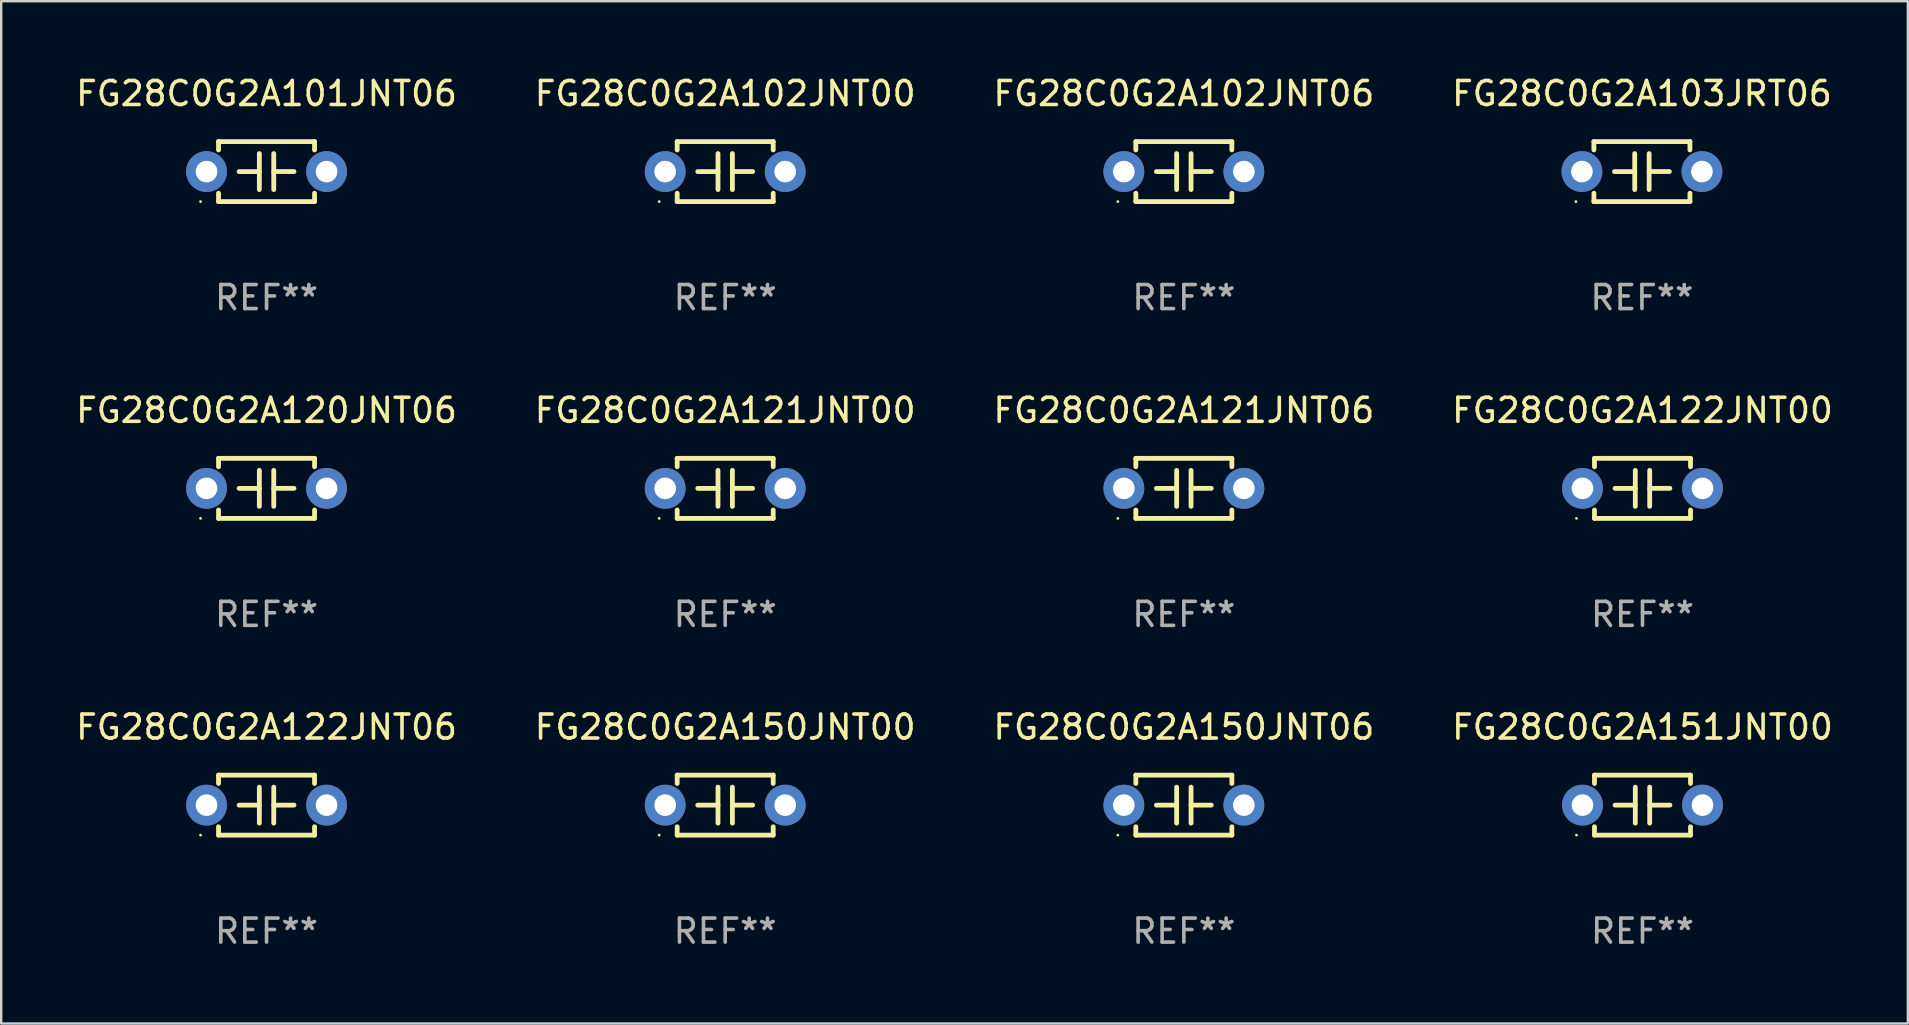
<source format=kicad_pcb>
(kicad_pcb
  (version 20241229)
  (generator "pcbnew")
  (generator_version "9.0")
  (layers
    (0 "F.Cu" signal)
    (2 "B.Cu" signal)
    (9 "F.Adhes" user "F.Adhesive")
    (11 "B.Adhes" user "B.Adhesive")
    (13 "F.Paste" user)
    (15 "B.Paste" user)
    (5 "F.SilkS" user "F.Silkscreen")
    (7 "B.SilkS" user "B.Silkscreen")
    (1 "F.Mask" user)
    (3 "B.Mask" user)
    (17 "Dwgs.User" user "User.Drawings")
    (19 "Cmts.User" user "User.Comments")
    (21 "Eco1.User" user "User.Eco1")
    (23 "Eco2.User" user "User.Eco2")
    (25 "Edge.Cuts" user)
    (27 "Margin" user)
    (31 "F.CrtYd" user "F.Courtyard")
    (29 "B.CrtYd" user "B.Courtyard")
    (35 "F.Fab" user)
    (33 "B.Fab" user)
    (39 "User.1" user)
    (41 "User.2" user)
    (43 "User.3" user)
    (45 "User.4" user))
  (footprint "FG28C0G2A101JNT06"
    (layer "F.Cu")
    (at 8.054 4.098)
    (property "Reference" "FG28C0G2A101JNT06" (at 0 -3.25 0) (layer "F.SilkS") (effects (font (size 1 1) (thickness 0.15))))
    (attr through_hole)
    (fp_line (start -2 -1.25) (end -2 -0.901) (stroke (width 0.2) (type solid)) (layer "F.SilkS"))
    (fp_line (start -2 -1.25) (end 2 -1.25) (stroke (width 0.2) (type solid)) (layer "F.SilkS"))
    (fp_line (start -2 0.901) (end -2 1.25) (stroke (width 0.2) (type solid)) (layer "F.SilkS"))
    (fp_line (start -0.3 -0.75) (end -0.3 0.75) (stroke (width 0.2) (type solid)) (layer "F.SilkS"))
    (fp_line (start -0.3 0.001) (end -1.143 0.001) (stroke (width 0.2) (type solid)) (layer "F.SilkS"))
    (fp_line (start 0.3 -0.001) (end 1.143 -0.001) (stroke (width 0.2) (type solid)) (layer "F.SilkS"))
    (fp_line (start 0.3 0.75) (end 0.3 -0.75) (stroke (width 0.2) (type solid)) (layer "F.SilkS"))
    (fp_line (start 2 -1.25) (end 2 -0.901) (stroke (width 0.2) (type solid)) (layer "F.SilkS"))
    (fp_line (start 2 0.901) (end 2 1.25) (stroke (width 0.2) (type solid)) (layer "F.SilkS"))
    (fp_line (start 2 1.25) (end -2 1.25) (stroke (width 0.2) (type solid)) (layer "F.SilkS"))
    (fp_circle (center -2.75 1.25) (end -2.72 1.25) (stroke (width 0.06) (type solid)) (fill no) (layer "F.SilkS"))
    (fp_text user "REF**" (at 0 5.25 0) (layer "F.Fab") (effects (font (size 1 1) (thickness 0.15))))
    (pad "1" thru_hole circle (at -2.5 0) (size 1.7 1.7) (drill 0.9) (layers "*.Cu" "*.Mask"))
    (pad "2" thru_hole circle (at 2.5 0) (size 1.7 1.7) (drill 0.9) (layers "*.Cu" "*.Mask")))
  (footprint "FG28C0G2A151JNT00"
    (layer "F.Cu")
    (at 65.375 30.491)
    (property "Reference" "FG28C0G2A151JNT00" (at 0 -3.25 0) (layer "F.SilkS") (effects (font (size 1 1) (thickness 0.15))))
    (attr through_hole)
    (fp_line (start -2 -1.25) (end -2 -0.901) (stroke (width 0.2) (type solid)) (layer "F.SilkS"))
    (fp_line (start -2 -1.25) (end 2 -1.25) (stroke (width 0.2) (type solid)) (layer "F.SilkS"))
    (fp_line (start -2 0.901) (end -2 1.25) (stroke (width 0.2) (type solid)) (layer "F.SilkS"))
    (fp_line (start -0.3 -0.75) (end -0.3 0.75) (stroke (width 0.2) (type solid)) (layer "F.SilkS"))
    (fp_line (start -0.3 0.001) (end -1.143 0.001) (stroke (width 0.2) (type solid)) (layer "F.SilkS"))
    (fp_line (start 0.3 -0.001) (end 1.143 -0.001) (stroke (width 0.2) (type solid)) (layer "F.SilkS"))
    (fp_line (start 0.3 0.75) (end 0.3 -0.75) (stroke (width 0.2) (type solid)) (layer "F.SilkS"))
    (fp_line (start 2 -1.25) (end 2 -0.901) (stroke (width 0.2) (type solid)) (layer "F.SilkS"))
    (fp_line (start 2 0.901) (end 2 1.25) (stroke (width 0.2) (type solid)) (layer "F.SilkS"))
    (fp_line (start 2 1.25) (end -2 1.25) (stroke (width 0.2) (type solid)) (layer "F.SilkS"))
    (fp_circle (center -2.75 1.25) (end -2.72 1.25) (stroke (width 0.06) (type solid)) (fill no) (layer "F.SilkS"))
    (fp_text user "REF**" (at 0 5.25 0) (layer "F.Fab") (effects (font (size 1 1) (thickness 0.15))))
    (pad "1" thru_hole circle (at -2.5 0) (size 1.7 1.7) (drill 0.9) (layers "*.Cu" "*.Mask"))
    (pad "2" thru_hole circle (at 2.5 0) (size 1.7 1.7) (drill 0.9) (layers "*.Cu" "*.Mask")))
  (footprint "FG28C0G2A102JNT06"
    (layer "F.Cu")
    (at 46.268 4.098)
    (property "Reference" "FG28C0G2A102JNT06" (at 0 -3.25 0) (layer "F.SilkS") (effects (font (size 1 1) (thickness 0.15))))
    (attr through_hole)
    (fp_line (start -2 -1.25) (end -2 -0.901) (stroke (width 0.2) (type solid)) (layer "F.SilkS"))
    (fp_line (start -2 -1.25) (end 2 -1.25) (stroke (width 0.2) (type solid)) (layer "F.SilkS"))
    (fp_line (start -2 0.901) (end -2 1.25) (stroke (width 0.2) (type solid)) (layer "F.SilkS"))
    (fp_line (start -0.3 -0.75) (end -0.3 0.75) (stroke (width 0.2) (type solid)) (layer "F.SilkS"))
    (fp_line (start -0.3 0.001) (end -1.143 0.001) (stroke (width 0.2) (type solid)) (layer "F.SilkS"))
    (fp_line (start 0.3 -0.001) (end 1.143 -0.001) (stroke (width 0.2) (type solid)) (layer "F.SilkS"))
    (fp_line (start 0.3 0.75) (end 0.3 -0.75) (stroke (width 0.2) (type solid)) (layer "F.SilkS"))
    (fp_line (start 2 -1.25) (end 2 -0.901) (stroke (width 0.2) (type solid)) (layer "F.SilkS"))
    (fp_line (start 2 0.901) (end 2 1.25) (stroke (width 0.2) (type solid)) (layer "F.SilkS"))
    (fp_line (start 2 1.25) (end -2 1.25) (stroke (width 0.2) (type solid)) (layer "F.SilkS"))
    (fp_circle (center -2.75 1.25) (end -2.72 1.25) (stroke (width 0.06) (type solid)) (fill no) (layer "F.SilkS"))
    (fp_text user "REF**" (at 0 5.25 0) (layer "F.Fab") (effects (font (size 1 1) (thickness 0.15))))
    (pad "1" thru_hole circle (at -2.5 0) (size 1.7 1.7) (drill 0.9) (layers "*.Cu" "*.Mask"))
    (pad "2" thru_hole circle (at 2.5 0) (size 1.7 1.7) (drill 0.9) (layers "*.Cu" "*.Mask")))
  (footprint "FG28C0G2A150JNT00"
    (layer "F.Cu")
    (at 27.161 30.491)
    (property "Reference" "FG28C0G2A150JNT00" (at 0 -3.25 0) (layer "F.SilkS") (effects (font (size 1 1) (thickness 0.15))))
    (attr through_hole)
    (fp_line (start -2 -1.25) (end -2 -0.901) (stroke (width 0.2) (type solid)) (layer "F.SilkS"))
    (fp_line (start -2 -1.25) (end 2 -1.25) (stroke (width 0.2) (type solid)) (layer "F.SilkS"))
    (fp_line (start -2 0.901) (end -2 1.25) (stroke (width 0.2) (type solid)) (layer "F.SilkS"))
    (fp_line (start -0.3 -0.75) (end -0.3 0.75) (stroke (width 0.2) (type solid)) (layer "F.SilkS"))
    (fp_line (start -0.3 0.001) (end -1.143 0.001) (stroke (width 0.2) (type solid)) (layer "F.SilkS"))
    (fp_line (start 0.3 -0.001) (end 1.143 -0.001) (stroke (width 0.2) (type solid)) (layer "F.SilkS"))
    (fp_line (start 0.3 0.75) (end 0.3 -0.75) (stroke (width 0.2) (type solid)) (layer "F.SilkS"))
    (fp_line (start 2 -1.25) (end 2 -0.901) (stroke (width 0.2) (type solid)) (layer "F.SilkS"))
    (fp_line (start 2 0.901) (end 2 1.25) (stroke (width 0.2) (type solid)) (layer "F.SilkS"))
    (fp_line (start 2 1.25) (end -2 1.25) (stroke (width 0.2) (type solid)) (layer "F.SilkS"))
    (fp_circle (center -2.75 1.25) (end -2.72 1.25) (stroke (width 0.06) (type solid)) (fill no) (layer "F.SilkS"))
    (fp_text user "REF**" (at 0 5.25 0) (layer "F.Fab") (effects (font (size 1 1) (thickness 0.15))))
    (pad "1" thru_hole circle (at -2.5 0) (size 1.7 1.7) (drill 0.9) (layers "*.Cu" "*.Mask"))
    (pad "2" thru_hole circle (at 2.5 0) (size 1.7 1.7) (drill 0.9) (layers "*.Cu" "*.Mask")))
  (footprint "FG28C0G2A121JNT00"
    (layer "F.Cu")
    (at 27.161 17.295)
    (property "Reference" "FG28C0G2A121JNT00" (at 0 -3.25 0) (layer "F.SilkS") (effects (font (size 1 1) (thickness 0.15))))
    (attr through_hole)
    (fp_line (start -2 -1.25) (end -2 -0.901) (stroke (width 0.2) (type solid)) (layer "F.SilkS"))
    (fp_line (start -2 -1.25) (end 2 -1.25) (stroke (width 0.2) (type solid)) (layer "F.SilkS"))
    (fp_line (start -2 0.901) (end -2 1.25) (stroke (width 0.2) (type solid)) (layer "F.SilkS"))
    (fp_line (start -0.3 -0.75) (end -0.3 0.75) (stroke (width 0.2) (type solid)) (layer "F.SilkS"))
    (fp_line (start -0.3 0.001) (end -1.143 0.001) (stroke (width 0.2) (type solid)) (layer "F.SilkS"))
    (fp_line (start 0.3 -0.001) (end 1.143 -0.001) (stroke (width 0.2) (type solid)) (layer "F.SilkS"))
    (fp_line (start 0.3 0.75) (end 0.3 -0.75) (stroke (width 0.2) (type solid)) (layer "F.SilkS"))
    (fp_line (start 2 -1.25) (end 2 -0.901) (stroke (width 0.2) (type solid)) (layer "F.SilkS"))
    (fp_line (start 2 0.901) (end 2 1.25) (stroke (width 0.2) (type solid)) (layer "F.SilkS"))
    (fp_line (start 2 1.25) (end -2 1.25) (stroke (width 0.2) (type solid)) (layer "F.SilkS"))
    (fp_circle (center -2.75 1.25) (end -2.72 1.25) (stroke (width 0.06) (type solid)) (fill no) (layer "F.SilkS"))
    (fp_text user "REF**" (at 0 5.25 0) (layer "F.Fab") (effects (font (size 1 1) (thickness 0.15))))
    (pad "1" thru_hole circle (at -2.5 0) (size 1.7 1.7) (drill 0.9) (layers "*.Cu" "*.Mask"))
    (pad "2" thru_hole circle (at 2.5 0) (size 1.7 1.7) (drill 0.9) (layers "*.Cu" "*.Mask")))
  (footprint "FG28C0G2A120JNT06"
    (layer "F.Cu")
    (at 8.054 17.295)
    (property "Reference" "FG28C0G2A120JNT06" (at 0 -3.25 0) (layer "F.SilkS") (effects (font (size 1 1) (thickness 0.15))))
    (attr through_hole)
    (fp_line (start -2 -1.25) (end -2 -0.901) (stroke (width 0.2) (type solid)) (layer "F.SilkS"))
    (fp_line (start -2 -1.25) (end 2 -1.25) (stroke (width 0.2) (type solid)) (layer "F.SilkS"))
    (fp_line (start -2 0.901) (end -2 1.25) (stroke (width 0.2) (type solid)) (layer "F.SilkS"))
    (fp_line (start -0.3 -0.75) (end -0.3 0.75) (stroke (width 0.2) (type solid)) (layer "F.SilkS"))
    (fp_line (start -0.3 0.001) (end -1.143 0.001) (stroke (width 0.2) (type solid)) (layer "F.SilkS"))
    (fp_line (start 0.3 -0.001) (end 1.143 -0.001) (stroke (width 0.2) (type solid)) (layer "F.SilkS"))
    (fp_line (start 0.3 0.75) (end 0.3 -0.75) (stroke (width 0.2) (type solid)) (layer "F.SilkS"))
    (fp_line (start 2 -1.25) (end 2 -0.901) (stroke (width 0.2) (type solid)) (layer "F.SilkS"))
    (fp_line (start 2 0.901) (end 2 1.25) (stroke (width 0.2) (type solid)) (layer "F.SilkS"))
    (fp_line (start 2 1.25) (end -2 1.25) (stroke (width 0.2) (type solid)) (layer "F.SilkS"))
    (fp_circle (center -2.75 1.25) (end -2.72 1.25) (stroke (width 0.06) (type solid)) (fill no) (layer "F.SilkS"))
    (fp_text user "REF**" (at 0 5.25 0) (layer "F.Fab") (effects (font (size 1 1) (thickness 0.15))))
    (pad "1" thru_hole circle (at -2.5 0) (size 1.7 1.7) (drill 0.9) (layers "*.Cu" "*.Mask"))
    (pad "2" thru_hole circle (at 2.5 0) (size 1.7 1.7) (drill 0.9) (layers "*.Cu" "*.Mask")))
  (footprint "FG28C0G2A103JRT06"
    (layer "F.Cu")
    (at 65.351 4.098)
    (property "Reference" "FG28C0G2A103JRT06" (at 0 -3.25 0) (layer "F.SilkS") (effects (font (size 1 1) (thickness 0.15))))
    (attr through_hole)
    (fp_line (start -2 -1.25) (end -2 -0.901) (stroke (width 0.2) (type solid)) (layer "F.SilkS"))
    (fp_line (start -2 -1.25) (end 2 -1.25) (stroke (width 0.2) (type solid)) (layer "F.SilkS"))
    (fp_line (start -2 0.901) (end -2 1.25) (stroke (width 0.2) (type solid)) (layer "F.SilkS"))
    (fp_line (start -0.3 -0.75) (end -0.3 0.75) (stroke (width 0.2) (type solid)) (layer "F.SilkS"))
    (fp_line (start -0.3 0.001) (end -1.143 0.001) (stroke (width 0.2) (type solid)) (layer "F.SilkS"))
    (fp_line (start 0.3 -0.001) (end 1.143 -0.001) (stroke (width 0.2) (type solid)) (layer "F.SilkS"))
    (fp_line (start 0.3 0.75) (end 0.3 -0.75) (stroke (width 0.2) (type solid)) (layer "F.SilkS"))
    (fp_line (start 2 -1.25) (end 2 -0.901) (stroke (width 0.2) (type solid)) (layer "F.SilkS"))
    (fp_line (start 2 0.901) (end 2 1.25) (stroke (width 0.2) (type solid)) (layer "F.SilkS"))
    (fp_line (start 2 1.25) (end -2 1.25) (stroke (width 0.2) (type solid)) (layer "F.SilkS"))
    (fp_circle (center -2.75 1.25) (end -2.72 1.25) (stroke (width 0.06) (type solid)) (fill no) (layer "F.SilkS"))
    (fp_text user "REF**" (at 0 5.25 0) (layer "F.Fab") (effects (font (size 1 1) (thickness 0.15))))
    (pad "1" thru_hole circle (at -2.5 0) (size 1.7 1.7) (drill 0.9) (layers "*.Cu" "*.Mask"))
    (pad "2" thru_hole circle (at 2.5 0) (size 1.7 1.7) (drill 0.9) (layers "*.Cu" "*.Mask")))
  (footprint "FG28C0G2A102JNT00"
    (layer "F.Cu")
    (at 27.161 4.098)
    (property "Reference" "FG28C0G2A102JNT00" (at 0 -3.25 0) (layer "F.SilkS") (effects (font (size 1 1) (thickness 0.15))))
    (attr through_hole)
    (fp_line (start -2 -1.25) (end -2 -0.901) (stroke (width 0.2) (type solid)) (layer "F.SilkS"))
    (fp_line (start -2 -1.25) (end 2 -1.25) (stroke (width 0.2) (type solid)) (layer "F.SilkS"))
    (fp_line (start -2 0.901) (end -2 1.25) (stroke (width 0.2) (type solid)) (layer "F.SilkS"))
    (fp_line (start -0.3 -0.75) (end -0.3 0.75) (stroke (width 0.2) (type solid)) (layer "F.SilkS"))
    (fp_line (start -0.3 0.001) (end -1.143 0.001) (stroke (width 0.2) (type solid)) (layer "F.SilkS"))
    (fp_line (start 0.3 -0.001) (end 1.143 -0.001) (stroke (width 0.2) (type solid)) (layer "F.SilkS"))
    (fp_line (start 0.3 0.75) (end 0.3 -0.75) (stroke (width 0.2) (type solid)) (layer "F.SilkS"))
    (fp_line (start 2 -1.25) (end 2 -0.901) (stroke (width 0.2) (type solid)) (layer "F.SilkS"))
    (fp_line (start 2 0.901) (end 2 1.25) (stroke (width 0.2) (type solid)) (layer "F.SilkS"))
    (fp_line (start 2 1.25) (end -2 1.25) (stroke (width 0.2) (type solid)) (layer "F.SilkS"))
    (fp_circle (center -2.75 1.25) (end -2.72 1.25) (stroke (width 0.06) (type solid)) (fill no) (layer "F.SilkS"))
    (fp_text user "REF**" (at 0 5.25 0) (layer "F.Fab") (effects (font (size 1 1) (thickness 0.15))))
    (pad "1" thru_hole circle (at -2.5 0) (size 1.7 1.7) (drill 0.9) (layers "*.Cu" "*.Mask"))
    (pad "2" thru_hole circle (at 2.5 0) (size 1.7 1.7) (drill 0.9) (layers "*.Cu" "*.Mask")))
  (footprint "FG28C0G2A150JNT06"
    (layer "F.Cu")
    (at 46.268 30.491)
    (property "Reference" "FG28C0G2A150JNT06" (at 0 -3.25 0) (layer "F.SilkS") (effects (font (size 1 1) (thickness 0.15))))
    (attr through_hole)
    (fp_line (start -2 -1.25) (end -2 -0.901) (stroke (width 0.2) (type solid)) (layer "F.SilkS"))
    (fp_line (start -2 -1.25) (end 2 -1.25) (stroke (width 0.2) (type solid)) (layer "F.SilkS"))
    (fp_line (start -2 0.901) (end -2 1.25) (stroke (width 0.2) (type solid)) (layer "F.SilkS"))
    (fp_line (start -0.3 -0.75) (end -0.3 0.75) (stroke (width 0.2) (type solid)) (layer "F.SilkS"))
    (fp_line (start -0.3 0.001) (end -1.143 0.001) (stroke (width 0.2) (type solid)) (layer "F.SilkS"))
    (fp_line (start 0.3 -0.001) (end 1.143 -0.001) (stroke (width 0.2) (type solid)) (layer "F.SilkS"))
    (fp_line (start 0.3 0.75) (end 0.3 -0.75) (stroke (width 0.2) (type solid)) (layer "F.SilkS"))
    (fp_line (start 2 -1.25) (end 2 -0.901) (stroke (width 0.2) (type solid)) (layer "F.SilkS"))
    (fp_line (start 2 0.901) (end 2 1.25) (stroke (width 0.2) (type solid)) (layer "F.SilkS"))
    (fp_line (start 2 1.25) (end -2 1.25) (stroke (width 0.2) (type solid)) (layer "F.SilkS"))
    (fp_circle (center -2.75 1.25) (end -2.72 1.25) (stroke (width 0.06) (type solid)) (fill no) (layer "F.SilkS"))
    (fp_text user "REF**" (at 0 5.25 0) (layer "F.Fab") (effects (font (size 1 1) (thickness 0.15))))
    (pad "1" thru_hole circle (at -2.5 0) (size 1.7 1.7) (drill 0.9) (layers "*.Cu" "*.Mask"))
    (pad "2" thru_hole circle (at 2.5 0) (size 1.7 1.7) (drill 0.9) (layers "*.Cu" "*.Mask")))
  (footprint "FG28C0G2A121JNT06"
    (layer "F.Cu")
    (at 46.268 17.295)
    (property "Reference" "FG28C0G2A121JNT06" (at 0 -3.25 0) (layer "F.SilkS") (effects (font (size 1 1) (thickness 0.15))))
    (attr through_hole)
    (fp_line (start -2 -1.25) (end -2 -0.901) (stroke (width 0.2) (type solid)) (layer "F.SilkS"))
    (fp_line (start -2 -1.25) (end 2 -1.25) (stroke (width 0.2) (type solid)) (layer "F.SilkS"))
    (fp_line (start -2 0.901) (end -2 1.25) (stroke (width 0.2) (type solid)) (layer "F.SilkS"))
    (fp_line (start -0.3 -0.75) (end -0.3 0.75) (stroke (width 0.2) (type solid)) (layer "F.SilkS"))
    (fp_line (start -0.3 0.001) (end -1.143 0.001) (stroke (width 0.2) (type solid)) (layer "F.SilkS"))
    (fp_line (start 0.3 -0.001) (end 1.143 -0.001) (stroke (width 0.2) (type solid)) (layer "F.SilkS"))
    (fp_line (start 0.3 0.75) (end 0.3 -0.75) (stroke (width 0.2) (type solid)) (layer "F.SilkS"))
    (fp_line (start 2 -1.25) (end 2 -0.901) (stroke (width 0.2) (type solid)) (layer "F.SilkS"))
    (fp_line (start 2 0.901) (end 2 1.25) (stroke (width 0.2) (type solid)) (layer "F.SilkS"))
    (fp_line (start 2 1.25) (end -2 1.25) (stroke (width 0.2) (type solid)) (layer "F.SilkS"))
    (fp_circle (center -2.75 1.25) (end -2.72 1.25) (stroke (width 0.06) (type solid)) (fill no) (layer "F.SilkS"))
    (fp_text user "REF**" (at 0 5.25 0) (layer "F.Fab") (effects (font (size 1 1) (thickness 0.15))))
    (pad "1" thru_hole circle (at -2.5 0) (size 1.7 1.7) (drill 0.9) (layers "*.Cu" "*.Mask"))
    (pad "2" thru_hole circle (at 2.5 0) (size 1.7 1.7) (drill 0.9) (layers "*.Cu" "*.Mask")))
  (footprint "FG28C0G2A122JNT06"
    (layer "F.Cu")
    (at 8.054 30.491)
    (property "Reference" "FG28C0G2A122JNT06" (at 0 -3.25 0) (layer "F.SilkS") (effects (font (size 1 1) (thickness 0.15))))
    (attr through_hole)
    (fp_line (start -2 -1.25) (end -2 -0.901) (stroke (width 0.2) (type solid)) (layer "F.SilkS"))
    (fp_line (start -2 -1.25) (end 2 -1.25) (stroke (width 0.2) (type solid)) (layer "F.SilkS"))
    (fp_line (start -2 0.901) (end -2 1.25) (stroke (width 0.2) (type solid)) (layer "F.SilkS"))
    (fp_line (start -0.3 -0.75) (end -0.3 0.75) (stroke (width 0.2) (type solid)) (layer "F.SilkS"))
    (fp_line (start -0.3 0.001) (end -1.143 0.001) (stroke (width 0.2) (type solid)) (layer "F.SilkS"))
    (fp_line (start 0.3 -0.001) (end 1.143 -0.001) (stroke (width 0.2) (type solid)) (layer "F.SilkS"))
    (fp_line (start 0.3 0.75) (end 0.3 -0.75) (stroke (width 0.2) (type solid)) (layer "F.SilkS"))
    (fp_line (start 2 -1.25) (end 2 -0.901) (stroke (width 0.2) (type solid)) (layer "F.SilkS"))
    (fp_line (start 2 0.901) (end 2 1.25) (stroke (width 0.2) (type solid)) (layer "F.SilkS"))
    (fp_line (start 2 1.25) (end -2 1.25) (stroke (width 0.2) (type solid)) (layer "F.SilkS"))
    (fp_circle (center -2.75 1.25) (end -2.72 1.25) (stroke (width 0.06) (type solid)) (fill no) (layer "F.SilkS"))
    (fp_text user "REF**" (at 0 5.25 0) (layer "F.Fab") (effects (font (size 1 1) (thickness 0.15))))
    (pad "1" thru_hole circle (at -2.5 0) (size 1.7 1.7) (drill 0.9) (layers "*.Cu" "*.Mask"))
    (pad "2" thru_hole circle (at 2.5 0) (size 1.7 1.7) (drill 0.9) (layers "*.Cu" "*.Mask")))
  (footprint "FG28C0G2A122JNT00"
    (layer "F.Cu")
    (at 65.375 17.295)
    (property "Reference" "FG28C0G2A122JNT00" (at 0 -3.25 0) (layer "F.SilkS") (effects (font (size 1 1) (thickness 0.15))))
    (attr through_hole)
    (fp_line (start -2 -1.25) (end -2 -0.901) (stroke (width 0.2) (type solid)) (layer "F.SilkS"))
    (fp_line (start -2 -1.25) (end 2 -1.25) (stroke (width 0.2) (type solid)) (layer "F.SilkS"))
    (fp_line (start -2 0.901) (end -2 1.25) (stroke (width 0.2) (type solid)) (layer "F.SilkS"))
    (fp_line (start -0.3 -0.75) (end -0.3 0.75) (stroke (width 0.2) (type solid)) (layer "F.SilkS"))
    (fp_line (start -0.3 0.001) (end -1.143 0.001) (stroke (width 0.2) (type solid)) (layer "F.SilkS"))
    (fp_line (start 0.3 -0.001) (end 1.143 -0.001) (stroke (width 0.2) (type solid)) (layer "F.SilkS"))
    (fp_line (start 0.3 0.75) (end 0.3 -0.75) (stroke (width 0.2) (type solid)) (layer "F.SilkS"))
    (fp_line (start 2 -1.25) (end 2 -0.901) (stroke (width 0.2) (type solid)) (layer "F.SilkS"))
    (fp_line (start 2 0.901) (end 2 1.25) (stroke (width 0.2) (type solid)) (layer "F.SilkS"))
    (fp_line (start 2 1.25) (end -2 1.25) (stroke (width 0.2) (type solid)) (layer "F.SilkS"))
    (fp_circle (center -2.75 1.25) (end -2.72 1.25) (stroke (width 0.06) (type solid)) (fill no) (layer "F.SilkS"))
    (fp_text user "REF**" (at 0 5.25 0) (layer "F.Fab") (effects (font (size 1 1) (thickness 0.15))))
    (pad "1" thru_hole circle (at -2.5 0) (size 1.7 1.7) (drill 0.9) (layers "*.Cu" "*.Mask"))
    (pad "2" thru_hole circle (at 2.5 0) (size 1.7 1.7) (drill 0.9) (layers "*.Cu" "*.Mask")))
  (gr_rect
    (start -3 -3)
    (end 76.429 39.59)
    (stroke (width 0.1) (type default))
    (fill no)
    (layer "Edge.Cuts")))
</source>
